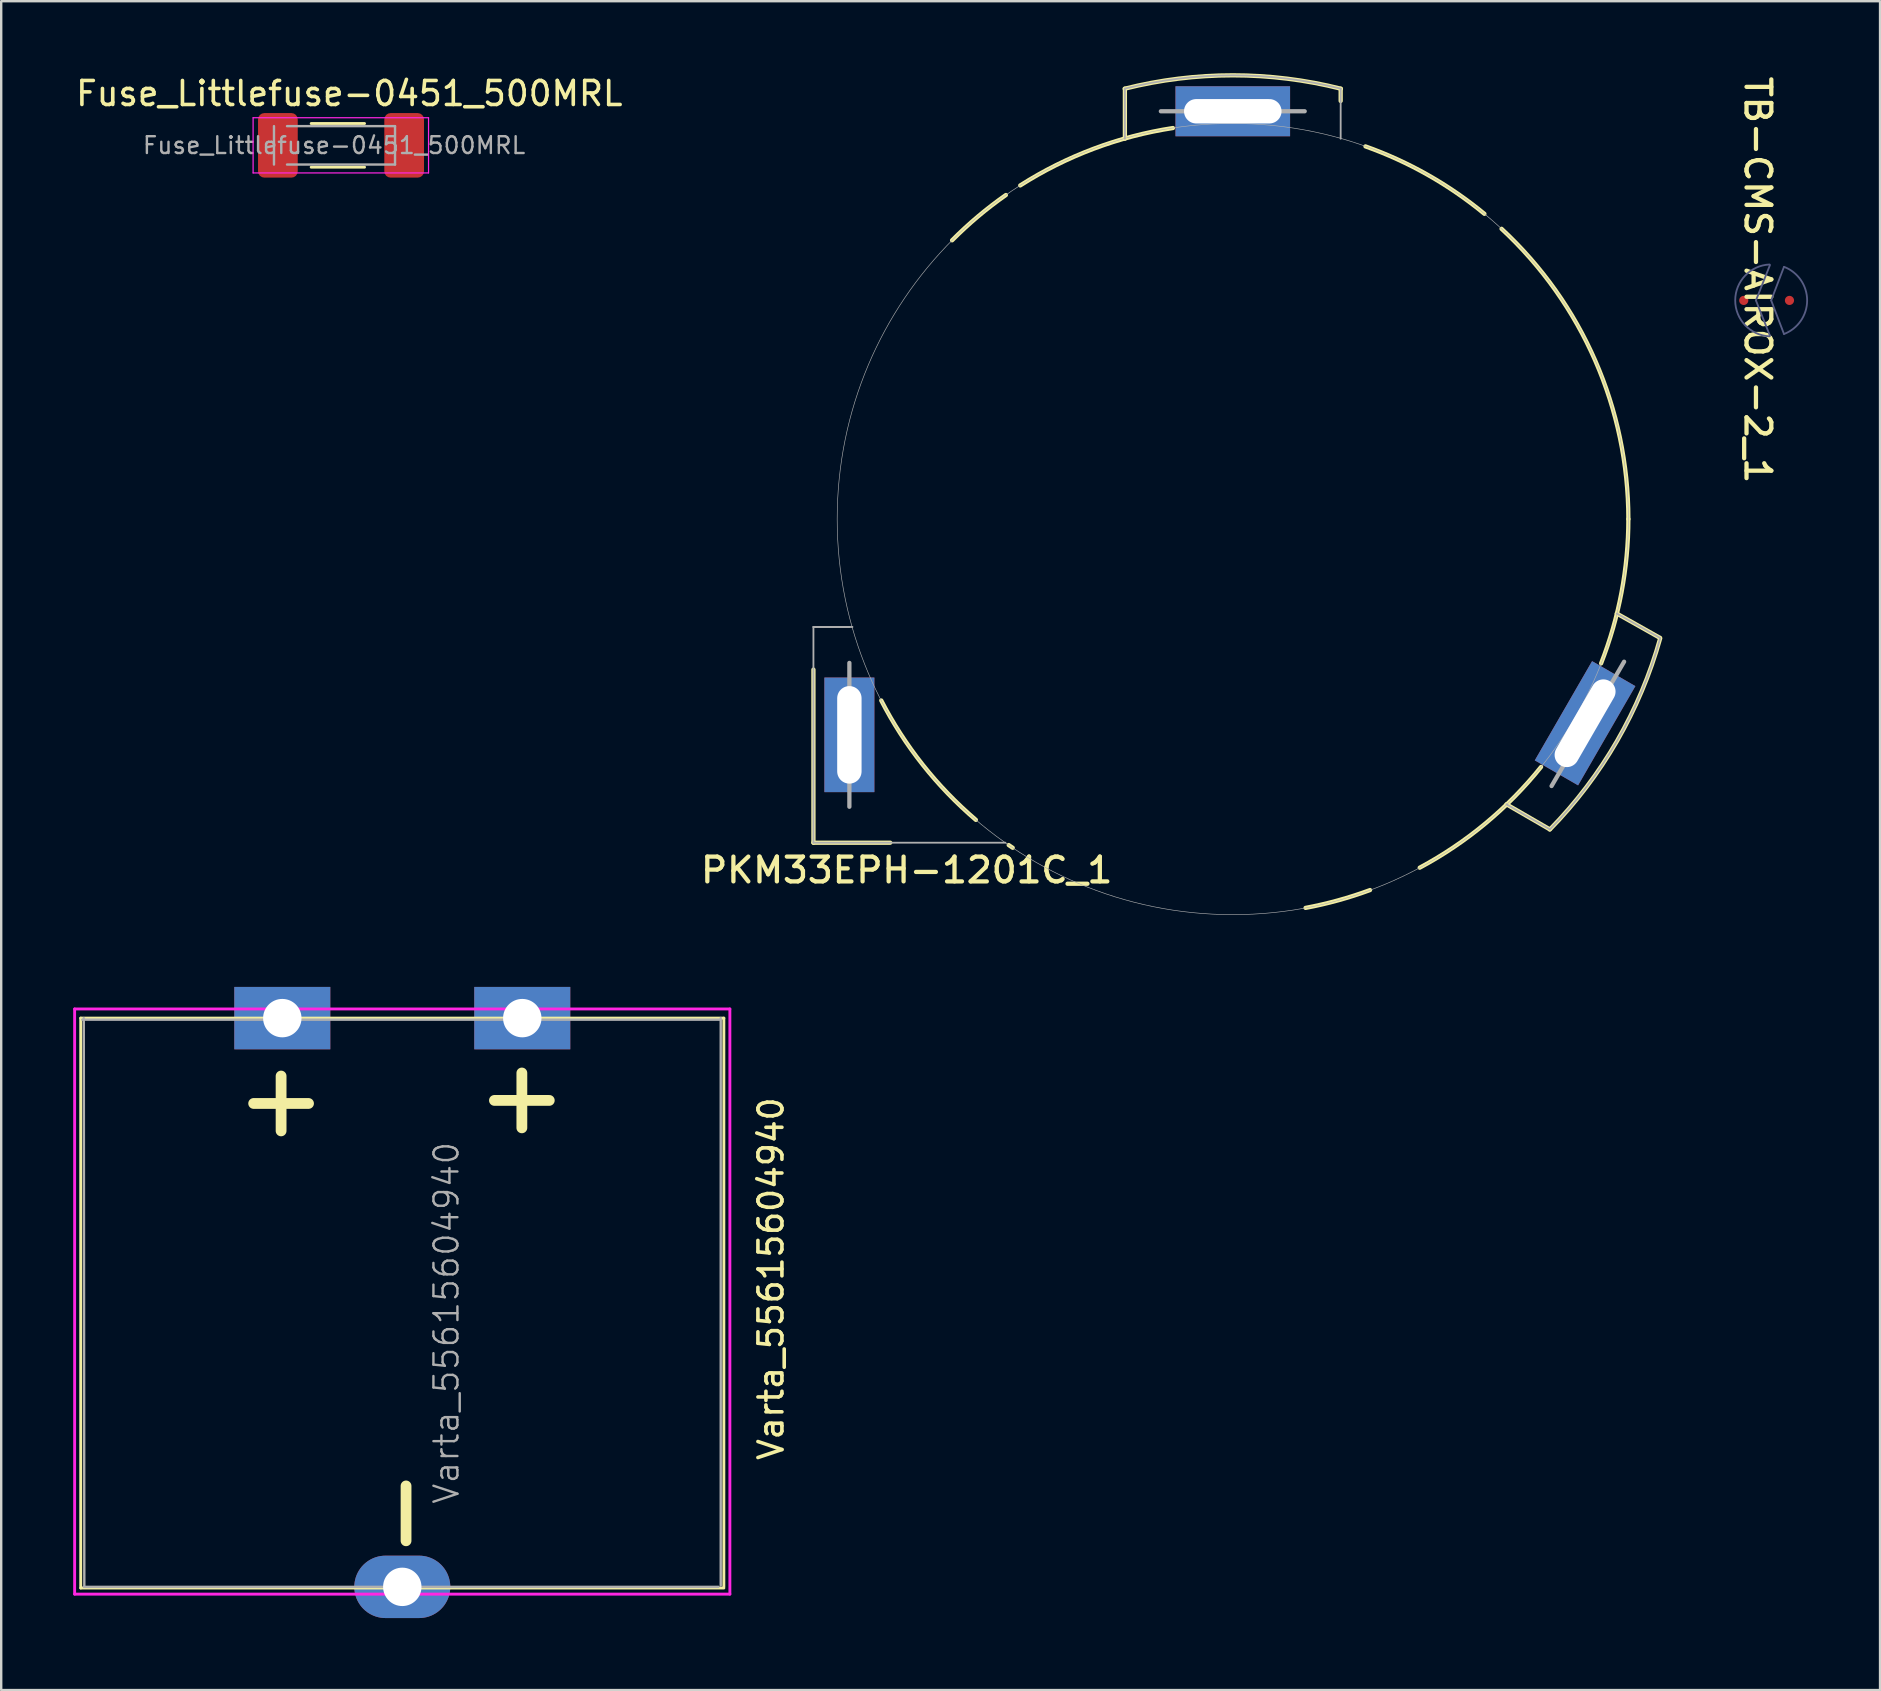
<source format=kicad_pcb>
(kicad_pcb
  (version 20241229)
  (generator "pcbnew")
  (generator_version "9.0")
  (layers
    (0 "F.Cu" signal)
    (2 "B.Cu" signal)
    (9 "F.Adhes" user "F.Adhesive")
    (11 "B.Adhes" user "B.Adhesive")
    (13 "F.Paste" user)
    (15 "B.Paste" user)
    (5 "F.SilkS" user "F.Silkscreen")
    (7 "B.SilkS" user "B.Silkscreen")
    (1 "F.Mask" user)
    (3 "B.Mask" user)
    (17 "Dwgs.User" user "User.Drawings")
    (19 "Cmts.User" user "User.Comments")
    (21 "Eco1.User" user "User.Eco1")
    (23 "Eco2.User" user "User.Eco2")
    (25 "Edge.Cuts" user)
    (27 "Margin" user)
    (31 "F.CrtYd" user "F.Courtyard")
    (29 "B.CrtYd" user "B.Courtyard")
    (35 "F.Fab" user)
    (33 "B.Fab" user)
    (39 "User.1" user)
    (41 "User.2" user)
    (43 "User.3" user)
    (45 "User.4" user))
  (footprint "PKM33EPH-1201C_1"
    (layer "F.Cu")
    (at 48.322 18.58)
    (property "Reference" "PKM33EPH-1201C_1" (at -13.589 14.63 0) (unlocked yes) (layer "F.SilkS") (effects (font (size 1.033 1.087) (thickness 0.178))))
    (attr smd)
    (fp_line (start -15.977 10.338) (end -15.977 7.645) (stroke (width 2.286) (type solid)) (layer "B.Mask"))
    (fp_line (start -1.346 -16.993) (end 1.346 -16.993) (stroke (width 2.286) (type solid)) (layer "B.Mask"))
    (fp_line (start 14.021 9.677) (end 15.367 7.341) (stroke (width 2.286) (type solid)) (layer "B.Mask"))
    (fp_line (start -17.475 13.487) (end -17.475 6.274) (stroke (width 0.178) (type solid)) (layer "F.SilkS"))
    (fp_line (start -17.475 13.487) (end -14.275 13.487) (stroke (width 0.178) (type solid)) (layer "F.SilkS"))
    (fp_line (start -4.496 -15.85) (end -4.496 -17.932) (stroke (width 0.178) (type solid)) (layer "F.SilkS"))
    (fp_line (start 4.496 -17.424) (end 4.496 -17.932) (stroke (width 0.178) (type solid)) (layer "F.SilkS"))
    (fp_line (start 11.405 11.887) (end 13.208 12.929) (stroke (width 0.178) (type solid)) (layer "F.SilkS"))
    (fp_line (start 16.002 3.937) (end 17.805 4.953) (stroke (width 0.178) (type solid)) (layer "F.SilkS"))
    (fp_arc (start -11.69699 -11.615613) (mid -10.61812 -12.609423) (end -9.455178 -13.503394) (stroke (width 0.1778) (type solid)) (layer "F.SilkS"))
    (fp_arc (start -10.705892 12.534988) (mid -12.918874 10.239372) (end -14.6485 7.560654) (stroke (width 0.1778) (type solid)) (layer "F.SilkS"))
    (fp_arc (start -9.17031 13.698447) (mid -9.253818 13.642173) (end -9.33698 13.585391) (stroke (width 0.1778) (type solid)) (layer "F.SilkS"))
    (fp_arc (start -8.857169 -13.90297) (mid -5.799969 -15.430566) (end -2.493474 -16.294926) (stroke (width 0.1778) (type solid)) (layer "F.SilkS"))
    (fp_arc (start -4.504734 -17.934097) (mid 0 -18.4912) (end 4.504734 -17.934097) (stroke (width 0.1778) (type solid)) (layer "F.SilkS"))
    (fp_arc (start 5.529785 -15.529441) (mid 8.129923 -14.340377) (end 10.485495 -12.719923) (stroke (width 0.1778) (type solid)) (layer "F.SilkS"))
    (fp_arc (start 5.719095 15.460724) (mid 4.391453 15.888901) (end 3.032364 16.203296) (stroke (width 0.1778) (type solid)) (layer "F.SilkS"))
    (fp_arc (start 11.200318 -12.095243) (mid 15.105873 -6.599593) (end 16.4846 0) (stroke (width 0.1778) (type solid)) (layer "F.SilkS"))
    (fp_arc (start 12.847074 10.329313) (mid 10.529831 12.683244) (end 7.78981 14.527935) (stroke (width 0.1778) (type solid)) (layer "F.SilkS"))
    (fp_arc (start 16.4846 0) (mid 16.197979 3.06064) (end 15.348083 6.014848) (stroke (width 0.1778) (type solid)) (layer "F.SilkS"))
    (fp_arc (start 17.810032 4.97265) (mid 16.013849 9.2456) (end 13.211457 12.937615) (stroke (width 0.1778) (type solid)) (layer "F.SilkS"))
    (fp_line (start -17.475 4.496) (end -15.977 4.496) (stroke (width 0.076) (type solid)) (layer "F.Fab"))
    (fp_line (start -17.475 4.496) (end -15.85 4.496) (stroke (width 0.076) (type solid)) (layer "F.Fab"))
    (fp_line (start -17.475 13.487) (end -17.475 4.496) (stroke (width 0.076) (type solid)) (layer "F.Fab"))
    (fp_line (start -17.475 13.487) (end -9.474 13.487) (stroke (width 0.076) (type solid)) (layer "F.Fab"))
    (fp_line (start -15.977 8.992) (end -15.977 5.994) (stroke (width 0.178) (type solid)) (layer "F.Fab"))
    (fp_line (start -15.977 11.989) (end -15.977 8.992) (stroke (width 0.178) (type solid)) (layer "F.Fab"))
    (fp_line (start -4.496 -15.85) (end -4.496 -17.932) (stroke (width 0.076) (type solid)) (layer "F.Fab"))
    (fp_line (start -2.997 -16.993) (end 0 -16.993) (stroke (width 0.178) (type solid)) (layer "F.Fab"))
    (fp_line (start 0 -16.993) (end 2.997 -16.993) (stroke (width 0.178) (type solid)) (layer "F.Fab"))
    (fp_line (start 4.496 -15.85) (end 4.496 -17.932) (stroke (width 0.076) (type solid)) (layer "F.Fab"))
    (fp_line (start 11.405 11.887) (end 13.208 12.929) (stroke (width 0.076) (type solid)) (layer "F.Fab"))
    (fp_line (start 13.284 11.125) (end 16.307 5.944) (stroke (width 0.178) (type solid)) (layer "F.Fab"))
    (fp_line (start 16.002 3.937) (end 17.805 4.953) (stroke (width 0.076) (type solid)) (layer "F.Fab"))
    (fp_arc (start -4.504734 -17.934097) (mid 0 -18.4912) (end 4.504734 -17.934097) (stroke (width 0.0762) (type solid)) (layer "F.Fab"))
    (fp_arc (start 17.810032 4.97265) (mid 16.013849 9.2456) (end 13.211457 12.937615) (stroke (width 0.0762) (type solid)) (layer "F.Fab"))
    (fp_circle (center 0 0) (end 16.485 0) (stroke (width 0.025) (type solid)) (fill no) (layer "F.Fab"))
    (pad "1" thru_hole rect (at -15.977 8.992) (size 2.083 4.775) (drill oval 1.016 4.064) (layers "*.Cu" "*.Mask"))
    (pad "2" thru_hole rect (at 14.681 8.509 150) (size 2.083 4.775) (drill oval 1.016 4.064) (layers "*.Cu" "*.Mask"))
    (pad "3" thru_hole rect (at 0 -16.993 90) (size 2.083 4.775) (drill oval 1.016 4.064) (layers "*.Cu" "*.Mask")))
  (footprint "TB-CMS-AIROX-2_1"
    (layer "F.Cu")
    (at 70.758 9.469)
    (property "Reference" "TB-CMS-AIROX-2_1" (at -0.559 -0.851 270) (unlocked yes) (layer "F.SilkS") (effects (font (size 1.033 1.087) (thickness 0.178))))
    (attr smd)
    (fp_line (start -0.051 -1.473) (end -0.635 0) (stroke (width 0.076) (type solid)) (layer "B.Fab"))
    (fp_line (start -0.051 1.473) (end -0.635 0) (stroke (width 0.076) (type solid)) (layer "B.Fab"))
    (fp_line (start 0.533 -1.397) (end 0 0) (stroke (width 0.076) (type solid)) (layer "B.Fab"))
    (fp_line (start 0.533 1.397) (end 0 0) (stroke (width 0.076) (type solid)) (layer "B.Fab"))
    (fp_arc (start -0.070594 1.496936) (mid -1.498599 -0.001308) (end -0.067981 -1.497057) (stroke (width 0.0762) (type solid)) (layer "B.Fab"))
    (fp_arc (start 0.53705 -1.399064) (mid 1.4986 0.001307) (end 0.534608 1.399999) (stroke (width 0.0762) (type solid)) (layer "B.Fab"))
    (pad "1" smd circle (at 0.762 0 180) (size 0.381 0.381) (layers "F.Cu" "F.Mask" "F.Paste"))
    (pad "2" smd circle (at -1.143 0 180) (size 0.381 0.381) (layers "F.Cu" "F.Mask" "F.Paste")))
  (footprint "Fuse_Littlefuse-0451_500MRL"
    (layer "F.Cu")
    (at 11.125 3.007)
    (property "Reference" "Fuse_Littlefuse-0451_500MRL" (at 0.381 -2.159 0) (layer "F.SilkS") (effects (font (size 1 1) (thickness 0.15))))
    (attr smd)
    (fp_line (start -1.207 -0.91) (end 1.016 -0.91) (stroke (width 0.12) (type solid)) (layer "F.SilkS"))
    (fp_line (start -1.207 0.91) (end 1.016 0.91) (stroke (width 0.12) (type solid)) (layer "F.SilkS"))
    (fp_line (start -3.628 -1.15) (end 3.683 -1.15) (stroke (width 0.05) (type solid)) (layer "F.CrtYd"))
    (fp_line (start -3.628 1.15) (end -3.628 -1.15) (stroke (width 0.05) (type solid)) (layer "F.CrtYd"))
    (fp_line (start 3.683 -1.15) (end 3.683 1.15) (stroke (width 0.05) (type solid)) (layer "F.CrtYd"))
    (fp_line (start 3.683 1.15) (end -3.628 1.15) (stroke (width 0.05) (type solid)) (layer "F.CrtYd"))
    (fp_line (start -2.758 0.8) (end -2.758 -0.8) (stroke (width 0.1) (type solid)) (layer "F.Fab"))
    (fp_line (start -2.214 -0.8) (end 2.286 -0.8) (stroke (width 0.1) (type solid)) (layer "F.Fab"))
    (fp_line (start 2.286 -0.8) (end 2.286 0.8) (stroke (width 0.1) (type solid)) (layer "F.Fab"))
    (fp_line (start 2.286 0.8) (end -2.214 0.8) (stroke (width 0.1) (type solid)) (layer "F.Fab"))
    (fp_text user "${REFERENCE}" (at -0.254 0 0) (layer "F.Fab") (effects (font (size 0.7 0.7) (thickness 0.1))))
    (pad "1" smd roundrect (at -2.595 0) (size 1.655 2.69) (layers "F.Cu" "F.Mask" "F.Paste") (roundrect_rratio 0.159))
    (pad "2" smd roundrect (at 2.667 0) (size 1.655 2.69) (layers "F.Cu" "F.Mask" "F.Paste") (roundrect_rratio 0.159)))
  (footprint "Varta_55615604940"
    (layer "F.Cu")
    (at 0.314 39.377)
    (property "Reference" "Varta_55615604940" (at 28.765 10.858 270) (layer "F.SilkS") (effects (font (size 1 1) (thickness 0.15))))
    (attr through_hole)
    (fp_line (start 0 0) (end 0 23.75) (stroke (width 0.12) (type solid)) (layer "F.SilkS"))
    (fp_line (start 0 23.749) (end 26.8 23.749) (stroke (width 0.12) (type solid)) (layer "F.SilkS"))
    (fp_line (start 26.8 0) (end 0 0) (stroke (width 0.12) (type solid)) (layer "F.SilkS"))
    (fp_line (start 26.8 0) (end 26.8 23.7) (stroke (width 0.12) (type solid)) (layer "F.SilkS"))
    (fp_line (start -0.254 -0.381) (end -0.254 24.003) (stroke (width 0.12) (type solid)) (layer "F.CrtYd"))
    (fp_line (start -0.254 -0.381) (end 27.051 -0.381) (stroke (width 0.12) (type solid)) (layer "F.CrtYd"))
    (fp_line (start 27.051 -0.381) (end 27.051 24.003) (stroke (width 0.12) (type solid)) (layer "F.CrtYd"))
    (fp_line (start 27.051 24.003) (end -0.254 24.003) (stroke (width 0.12) (type solid)) (layer "F.CrtYd"))
    (fp_line (start 0.064 0.064) (end 26.65 0.064) (stroke (width 0.1) (type solid)) (layer "F.Fab"))
    (fp_line (start 0.15 23.65) (end 0.127 0) (stroke (width 0.1) (type solid)) (layer "F.Fab"))
    (fp_line (start 26.573 23.7) (end 0.127 23.7) (stroke (width 0.1) (type solid)) (layer "F.Fab"))
    (fp_line (start 26.67 0) (end 26.67 23.65) (stroke (width 0.1) (type solid)) (layer "F.Fab"))
    (fp_text user "-" (at 13.335 20.637 270) (layer "F.SilkS") (effects (font (size 3 3) (thickness 0.45))))
    (fp_text user "+" (at 18.161 3.429 270) (layer "F.SilkS") (effects (font (size 3 3) (thickness 0.45))))
    (fp_text user "+" (at 8.128 3.556 270) (layer "F.SilkS") (effects (font (size 3 3) (thickness 0.45))))
    (fp_text user "${REFERENCE}" (at 15.24 12.7 270) (layer "F.Fab") (effects (font (size 1 1) (thickness 0.1))))
    (pad "1" thru_hole rect (at 8.4 0 270) (size 2.6 4) (drill 1.6) (layers "*.Cu" "*.Mask"))
    (pad "1" thru_hole rect (at 18.4 0 270) (size 2.6 4) (drill 1.6) (layers "*.Cu" "*.Mask"))
    (pad "2" thru_hole oval (at 13.4 23.7 270) (size 2.6 4) (drill 1.6) (layers "*.Cu" "*.Mask")))
  (gr_rect
    (start -3 -3)
    (end 75.295 67.377)
    (stroke (width 0.1) (type default))
    (fill no)
    (layer "Edge.Cuts")))
</source>
